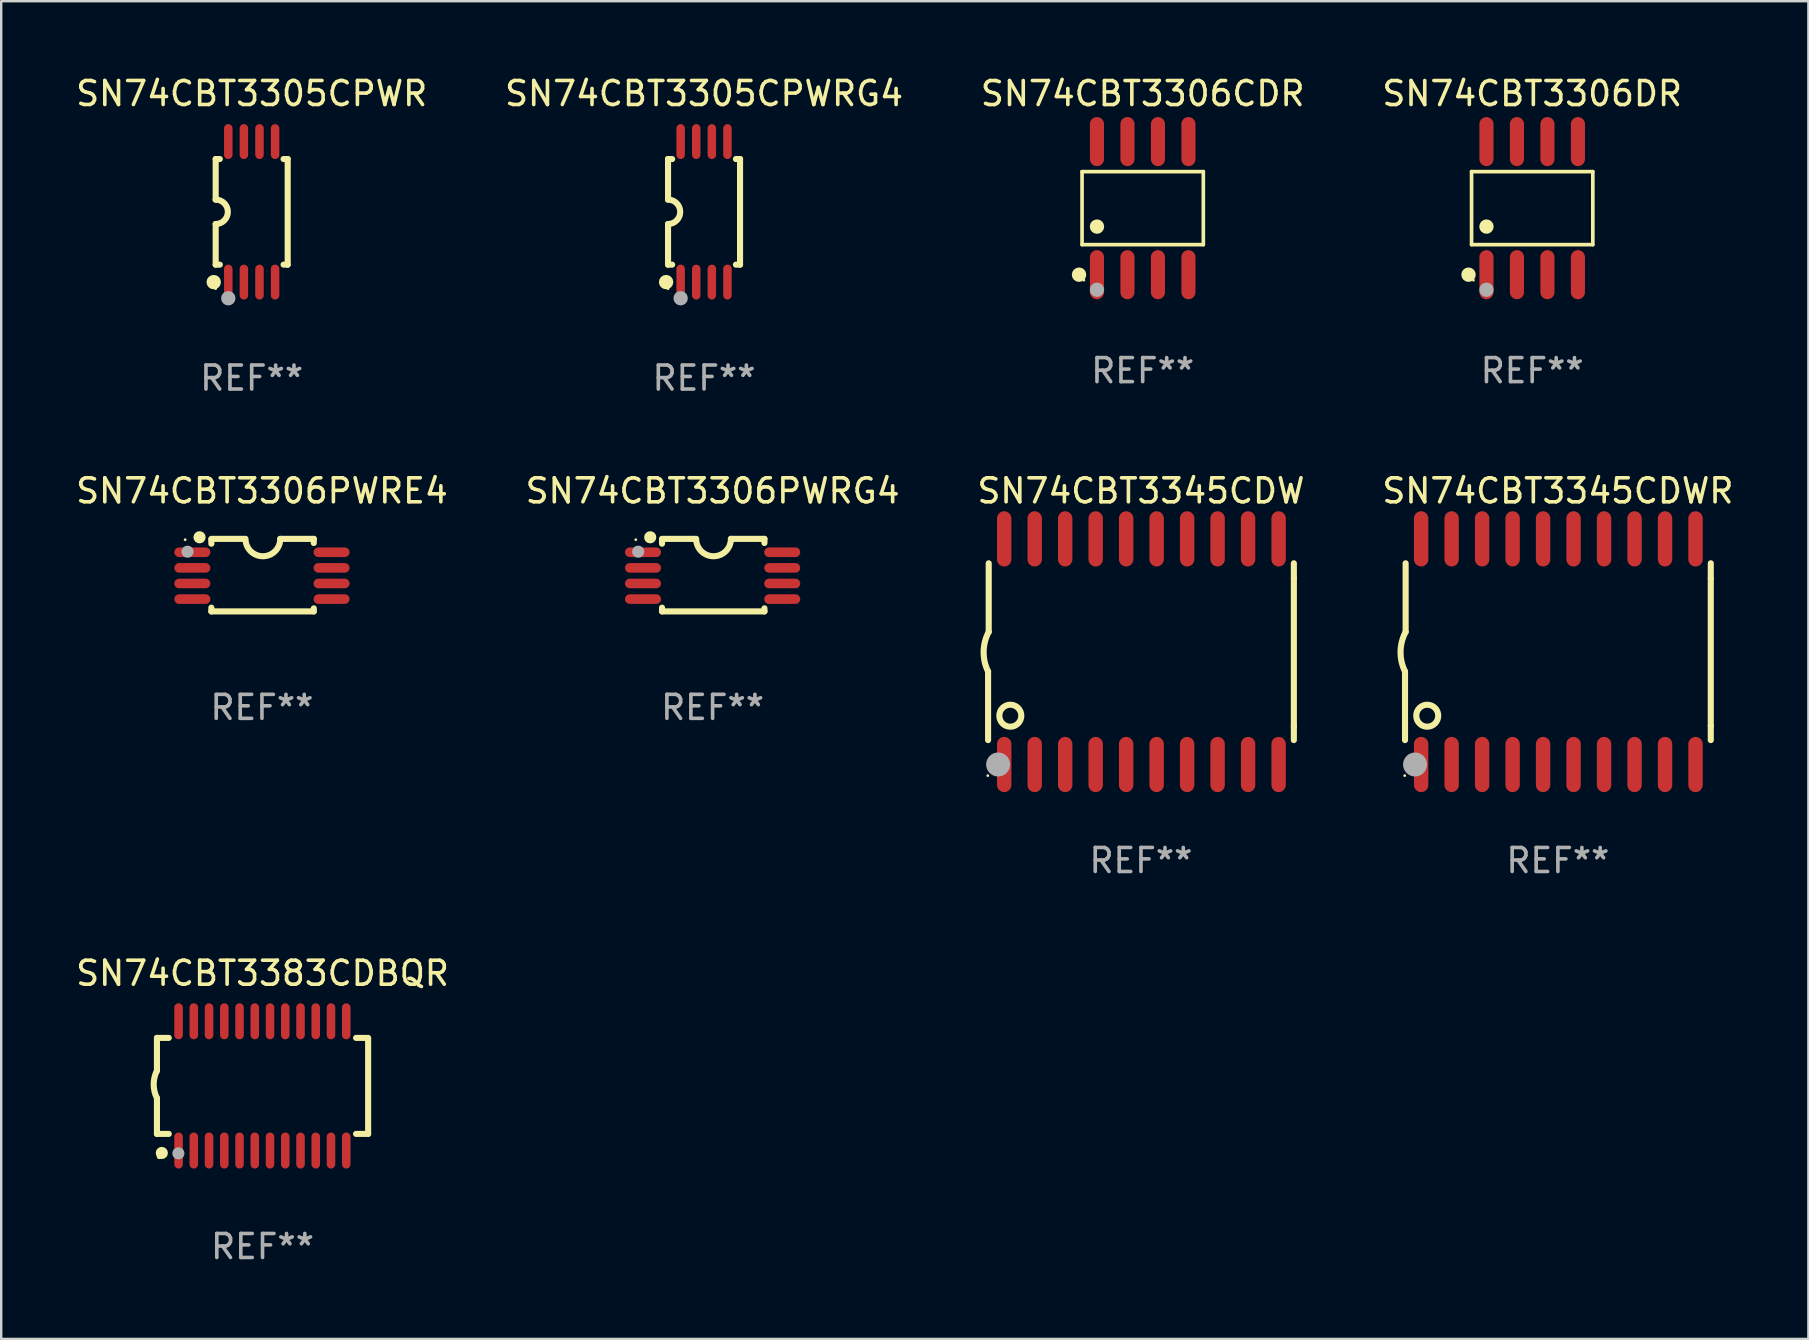
<source format=kicad_pcb>
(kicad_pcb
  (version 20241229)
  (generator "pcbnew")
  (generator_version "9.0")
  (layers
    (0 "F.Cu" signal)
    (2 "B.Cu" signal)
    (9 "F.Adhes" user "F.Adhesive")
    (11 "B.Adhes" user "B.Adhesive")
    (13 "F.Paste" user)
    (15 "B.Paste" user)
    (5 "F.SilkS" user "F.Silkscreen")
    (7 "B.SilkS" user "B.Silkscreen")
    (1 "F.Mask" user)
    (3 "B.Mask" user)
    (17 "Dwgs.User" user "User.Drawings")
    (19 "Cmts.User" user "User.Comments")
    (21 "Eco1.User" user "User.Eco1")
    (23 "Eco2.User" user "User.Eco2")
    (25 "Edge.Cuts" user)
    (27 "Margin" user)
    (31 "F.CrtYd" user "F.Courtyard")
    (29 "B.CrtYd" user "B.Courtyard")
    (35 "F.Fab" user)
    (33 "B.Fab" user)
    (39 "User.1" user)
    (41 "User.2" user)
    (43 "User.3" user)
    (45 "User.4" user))
  (footprint "SN74CBT3345CDWR"
    (layer "F.Cu")
    (at 61.851 24.099)
    (property "Reference" "SN74CBT3345CDWR" (at 0 -6.7 0) (layer "F.SilkS") (effects (font (size 1 1) (thickness 0.15))))
    (attr through_hole)
    (fp_line (start -6.369 0.826) (end -6.369 3.683) (stroke (width 0.254) (type solid)) (layer "F.SilkS"))
    (fp_line (start -6.343 -0.825) (end -6.343 -3.683) (stroke (width 0.254) (type solid)) (layer "F.SilkS"))
    (fp_line (start 6.369 -3.048) (end 6.369 -3.683) (stroke (width 0.254) (type solid)) (layer "F.SilkS"))
    (fp_line (start 6.369 -3.048) (end 6.369 3.096) (stroke (width 0.254) (type solid)) (layer "F.SilkS"))
    (fp_line (start 6.369 3.096) (end 6.369 3.683) (stroke (width 0.254) (type solid)) (layer "F.SilkS"))
    (fp_arc (start -6.36853 0.825552) (mid -6.554743 -0.00301) (end -6.343129 -0.825451) (stroke (width 0.254001) (type solid)) (layer "F.SilkS"))
    (fp_circle (center -6.382 5.163) (end -6.352 5.163) (stroke (width 0.06) (type solid)) (fill no) (layer "F.SilkS"))
    (fp_circle (center -5.443 2.667) (end -4.985 2.667) (stroke (width 0.254) (type solid)) (fill no) (layer "F.SilkS"))
    (fp_circle (center -5.951 4.699) (end -5.701 4.699) (stroke (width 0.5) (type solid)) (fill no) (layer "F.Fab"))
    (fp_text user "REF**" (at 0 8.7 0) (layer "F.Fab") (effects (font (size 1 1) (thickness 0.15))))
    (pad "1" smd oval (at -5.697 4.7 180) (size 0.6 2.3) (layers "F.Cu" "F.Mask" "F.Paste"))
    (pad "2" smd oval (at -4.427 4.7 180) (size 0.6 2.3) (layers "F.Cu" "F.Mask" "F.Paste"))
    (pad "3" smd oval (at -3.157 4.7 180) (size 0.6 2.3) (layers "F.Cu" "F.Mask" "F.Paste"))
    (pad "4" smd oval (at -1.887 4.7 180) (size 0.6 2.3) (layers "F.Cu" "F.Mask" "F.Paste"))
    (pad "5" smd oval (at -0.617 4.7 180) (size 0.6 2.3) (layers "F.Cu" "F.Mask" "F.Paste"))
    (pad "6" smd oval (at 0.653 4.7 180) (size 0.6 2.3) (layers "F.Cu" "F.Mask" "F.Paste"))
    (pad "7" smd oval (at 1.923 4.7 180) (size 0.6 2.3) (layers "F.Cu" "F.Mask" "F.Paste"))
    (pad "8" smd oval (at 3.193 4.7 180) (size 0.6 2.3) (layers "F.Cu" "F.Mask" "F.Paste"))
    (pad "9" smd oval (at 4.463 4.7 180) (size 0.6 2.3) (layers "F.Cu" "F.Mask" "F.Paste"))
    (pad "10" smd oval (at 5.734 4.7 180) (size 0.6 2.3) (layers "F.Cu" "F.Mask" "F.Paste"))
    (pad "11" smd oval (at 5.734 -4.7 180) (size 0.6 2.3) (layers "F.Cu" "F.Mask" "F.Paste"))
    (pad "12" smd oval (at 4.463 -4.7 180) (size 0.6 2.3) (layers "F.Cu" "F.Mask" "F.Paste"))
    (pad "13" smd oval (at 3.193 -4.7 180) (size 0.6 2.3) (layers "F.Cu" "F.Mask" "F.Paste"))
    (pad "14" smd oval (at 1.923 -4.7 180) (size 0.6 2.3) (layers "F.Cu" "F.Mask" "F.Paste"))
    (pad "15" smd oval (at 0.653 -4.7 180) (size 0.6 2.3) (layers "F.Cu" "F.Mask" "F.Paste"))
    (pad "16" smd oval (at -0.617 -4.7 180) (size 0.6 2.3) (layers "F.Cu" "F.Mask" "F.Paste"))
    (pad "17" smd oval (at -1.887 -4.7 180) (size 0.6 2.3) (layers "F.Cu" "F.Mask" "F.Paste"))
    (pad "18" smd oval (at -3.157 -4.7 180) (size 0.6 2.3) (layers "F.Cu" "F.Mask" "F.Paste"))
    (pad "19" smd oval (at -4.427 -4.7 180) (size 0.6 2.3) (layers "F.Cu" "F.Mask" "F.Paste"))
    (pad "20" smd oval (at -5.697 -4.7 180) (size 0.6 2.3) (layers "F.Cu" "F.Mask" "F.Paste")))
  (footprint "SN74CBT3306PWRG4"
    (layer "F.Cu")
    (at 26.637 20.91)
    (property "Reference" "SN74CBT3306PWRG4" (at 0 -3.511 0) (layer "F.SilkS") (effects (font (size 1 1) (thickness 0.15))))
    (attr through_hole)
    (fp_line (start -2.108 -1.511) (end -0.711 -1.511) (stroke (width 0.254) (type solid)) (layer "F.SilkS"))
    (fp_line (start -2.108 -1.309) (end -2.108 -1.486) (stroke (width 0.254) (type solid)) (layer "F.SilkS"))
    (fp_line (start -2.108 1.511) (end -2.108 1.355) (stroke (width 0.254) (type solid)) (layer "F.SilkS"))
    (fp_line (start 0.762 -1.511) (end 2.159 -1.511) (stroke (width 0.254) (type solid)) (layer "F.SilkS"))
    (fp_line (start 2.159 -1.511) (end 2.159 -1.339) (stroke (width 0.254) (type solid)) (layer "F.SilkS"))
    (fp_line (start 2.159 1.384) (end 2.159 1.511) (stroke (width 0.254) (type solid)) (layer "F.SilkS"))
    (fp_line (start 2.159 1.511) (end -2.108 1.511) (stroke (width 0.254) (type solid)) (layer "F.SilkS"))
    (fp_arc (start 0.762002 -1.511303) (mid 0.0381 -0.787401) (end -0.685802 -1.511303) (stroke (width 0.254001) (type solid)) (layer "F.SilkS"))
    (fp_circle (center -3.2 -1.477) (end -3.17 -1.477) (stroke (width 0.06) (type solid)) (fill no) (layer "F.SilkS"))
    (fp_circle (center -2.6 -1.577) (end -2.473 -1.577) (stroke (width 0.254) (type solid)) (fill no) (layer "F.SilkS"))
    (fp_circle (center -3.1 -0.977) (end -2.973 -0.977) (stroke (width 0.254) (type solid)) (fill no) (layer "F.Fab"))
    (fp_text user "REF**" (at 0 5.511 0) (layer "F.Fab") (effects (font (size 1 1) (thickness 0.15))))
    (pad "1" smd oval (at -2.9 -0.953 90) (size 0.4 1.5) (layers "F.Cu" "F.Mask" "F.Paste"))
    (pad "2" smd oval (at -2.9 -0.302 90) (size 0.4 1.5) (layers "F.Cu" "F.Mask" "F.Paste"))
    (pad "3" smd oval (at -2.9 0.348 90) (size 0.4 1.5) (layers "F.Cu" "F.Mask" "F.Paste"))
    (pad "4" smd oval (at -2.9 0.998 90) (size 0.4 1.5) (layers "F.Cu" "F.Mask" "F.Paste"))
    (pad "5" smd oval (at 2.9 0.998 90) (size 0.4 1.5) (layers "F.Cu" "F.Mask" "F.Paste"))
    (pad "6" smd oval (at 2.9 0.348 90) (size 0.4 1.5) (layers "F.Cu" "F.Mask" "F.Paste"))
    (pad "7" smd oval (at 2.9 -0.302 90) (size 0.4 1.5) (layers "F.Cu" "F.Mask" "F.Paste"))
    (pad "8" smd oval (at 2.9 -0.953 90) (size 0.4 1.5) (layers "F.Cu" "F.Mask" "F.Paste")))
  (footprint "SN74CBT3306CDR"
    (layer "F.Cu")
    (at 44.554 5.621)
    (property "Reference" "SN74CBT3306CDR" (at 0 -4.772 0) (layer "F.SilkS") (effects (font (size 1 1) (thickness 0.15))))
    (attr through_hole)
    (fp_line (start -2.526 -1.521) (end 2.526 -1.521) (stroke (width 0.152) (type solid)) (layer "F.SilkS"))
    (fp_line (start -2.526 1.521) (end -2.526 -1.521) (stroke (width 0.152) (type solid)) (layer "F.SilkS"))
    (fp_line (start 2.526 -1.521) (end 2.526 1.521) (stroke (width 0.152) (type solid)) (layer "F.SilkS"))
    (fp_line (start 2.526 1.521) (end -2.526 1.521) (stroke (width 0.152) (type solid)) (layer "F.SilkS"))
    (fp_circle (center -2.652 2.772) (end -2.501 2.772) (stroke (width 0.3) (type solid)) (fill no) (layer "F.SilkS"))
    (fp_circle (center -2.45 3) (end -2.42 3) (stroke (width 0.06) (type solid)) (fill no) (layer "F.SilkS"))
    (fp_circle (center -1.905 0.769) (end -1.755 0.769) (stroke (width 0.3) (type solid)) (fill no) (layer "F.SilkS"))
    (fp_circle (center -1.905 3.4) (end -1.755 3.4) (stroke (width 0.3) (type solid)) (fill no) (layer "F.Fab"))
    (fp_text user "REF**" (at 0 6.772 0) (layer "F.Fab") (effects (font (size 1 1) (thickness 0.15))))
    (pad "1" smd oval (at -1.905 2.772) (size 0.588 2.045) (layers "F.Cu" "F.Mask" "F.Paste"))
    (pad "2" smd oval (at -0.635 2.772) (size 0.588 2.045) (layers "F.Cu" "F.Mask" "F.Paste"))
    (pad "3" smd oval (at 0.635 2.772) (size 0.588 2.045) (layers "F.Cu" "F.Mask" "F.Paste"))
    (pad "4" smd oval (at 1.905 2.772) (size 0.588 2.045) (layers "F.Cu" "F.Mask" "F.Paste"))
    (pad "5" smd oval (at 1.905 -2.772) (size 0.588 2.045) (layers "F.Cu" "F.Mask" "F.Paste"))
    (pad "6" smd oval (at 0.635 -2.772) (size 0.588 2.045) (layers "F.Cu" "F.Mask" "F.Paste"))
    (pad "7" smd oval (at -0.635 -2.772) (size 0.588 2.045) (layers "F.Cu" "F.Mask" "F.Paste"))
    (pad "8" smd oval (at -1.905 -2.772) (size 0.588 2.045) (layers "F.Cu" "F.Mask" "F.Paste")))
  (footprint "SN74CBT3305CPWRG4"
    (layer "F.Cu")
    (at 26.28 5.775)
    (property "Reference" "SN74CBT3305CPWRG4" (at 0 -4.927 0) (layer "F.SilkS") (effects (font (size 1 1) (thickness 0.15))))
    (attr through_hole)
    (fp_line (start -1.5 -2.2) (end -1.5 -0.508) (stroke (width 0.254) (type solid)) (layer "F.SilkS"))
    (fp_line (start -1.5 -2.2) (end -1.328 -2.2) (stroke (width 0.254) (type solid)) (layer "F.SilkS"))
    (fp_line (start -1.5 2.2) (end -1.5 0.508) (stroke (width 0.254) (type solid)) (layer "F.SilkS"))
    (fp_line (start -1.5 2.2) (end -1.328 2.2) (stroke (width 0.254) (type solid)) (layer "F.SilkS"))
    (fp_line (start 1.328 -2.2) (end 1.5 -2.2) (stroke (width 0.254) (type solid)) (layer "F.SilkS"))
    (fp_line (start 1.328 2.2) (end 1.5 2.2) (stroke (width 0.254) (type solid)) (layer "F.SilkS"))
    (fp_line (start 1.5 -2.2) (end 1.5 2.2) (stroke (width 0.254) (type solid)) (layer "F.SilkS"))
    (fp_arc (start -1.501144 -0.508) (mid -0.993143 -0.000571) (end -1.5 0.508001) (stroke (width 0.254001) (type solid)) (layer "F.SilkS"))
    (fp_circle (center -1.581 2.927) (end -1.431 2.927) (stroke (width 0.3) (type solid)) (fill no) (layer "F.SilkS"))
    (fp_circle (center -1.5 3.2) (end -1.47 3.2) (stroke (width 0.06) (type solid)) (fill no) (layer "F.SilkS"))
    (fp_circle (center -0.975 3.6) (end -0.825 3.6) (stroke (width 0.3) (type solid)) (fill no) (layer "F.Fab"))
    (fp_text user "REF**" (at 0 6.927 0) (layer "F.Fab") (effects (font (size 1 1) (thickness 0.15))))
    (pad "1" smd oval (at -0.975 2.927) (size 0.353 1.454) (layers "F.Cu" "F.Mask" "F.Paste"))
    (pad "2" smd oval (at -0.325 2.927) (size 0.353 1.454) (layers "F.Cu" "F.Mask" "F.Paste"))
    (pad "3" smd oval (at 0.325 2.927) (size 0.353 1.454) (layers "F.Cu" "F.Mask" "F.Paste"))
    (pad "4" smd oval (at 0.975 2.927) (size 0.353 1.454) (layers "F.Cu" "F.Mask" "F.Paste"))
    (pad "5" smd oval (at 0.975 -2.927) (size 0.353 1.454) (layers "F.Cu" "F.Mask" "F.Paste"))
    (pad "6" smd oval (at 0.325 -2.927) (size 0.353 1.454) (layers "F.Cu" "F.Mask" "F.Paste"))
    (pad "7" smd oval (at -0.325 -2.927) (size 0.353 1.454) (layers "F.Cu" "F.Mask" "F.Paste"))
    (pad "8" smd oval (at -0.975 -2.927) (size 0.353 1.454) (layers "F.Cu" "F.Mask" "F.Paste")))
  (footprint "SN74CBT3345CDW"
    (layer "F.Cu")
    (at 44.482 24.099)
    (property "Reference" "SN74CBT3345CDW" (at 0 -6.7 0) (layer "F.SilkS") (effects (font (size 1 1) (thickness 0.15))))
    (attr through_hole)
    (fp_line (start -6.369 0.826) (end -6.369 3.683) (stroke (width 0.254) (type solid)) (layer "F.SilkS"))
    (fp_line (start -6.343 -0.825) (end -6.343 -3.683) (stroke (width 0.254) (type solid)) (layer "F.SilkS"))
    (fp_line (start 6.369 -3.048) (end 6.369 -3.683) (stroke (width 0.254) (type solid)) (layer "F.SilkS"))
    (fp_line (start 6.369 -3.048) (end 6.369 3.096) (stroke (width 0.254) (type solid)) (layer "F.SilkS"))
    (fp_line (start 6.369 3.096) (end 6.369 3.683) (stroke (width 0.254) (type solid)) (layer "F.SilkS"))
    (fp_arc (start -6.36853 0.825552) (mid -6.554743 -0.00301) (end -6.343129 -0.825451) (stroke (width 0.254001) (type solid)) (layer "F.SilkS"))
    (fp_circle (center -6.382 5.163) (end -6.352 5.163) (stroke (width 0.06) (type solid)) (fill no) (layer "F.SilkS"))
    (fp_circle (center -5.443 2.667) (end -4.985 2.667) (stroke (width 0.254) (type solid)) (fill no) (layer "F.SilkS"))
    (fp_circle (center -5.951 4.699) (end -5.701 4.699) (stroke (width 0.5) (type solid)) (fill no) (layer "F.Fab"))
    (fp_text user "REF**" (at 0 8.7 0) (layer "F.Fab") (effects (font (size 1 1) (thickness 0.15))))
    (pad "1" smd oval (at -5.697 4.7 180) (size 0.6 2.3) (layers "F.Cu" "F.Mask" "F.Paste"))
    (pad "2" smd oval (at -4.427 4.7 180) (size 0.6 2.3) (layers "F.Cu" "F.Mask" "F.Paste"))
    (pad "3" smd oval (at -3.157 4.7 180) (size 0.6 2.3) (layers "F.Cu" "F.Mask" "F.Paste"))
    (pad "4" smd oval (at -1.887 4.7 180) (size 0.6 2.3) (layers "F.Cu" "F.Mask" "F.Paste"))
    (pad "5" smd oval (at -0.617 4.7 180) (size 0.6 2.3) (layers "F.Cu" "F.Mask" "F.Paste"))
    (pad "6" smd oval (at 0.653 4.7 180) (size 0.6 2.3) (layers "F.Cu" "F.Mask" "F.Paste"))
    (pad "7" smd oval (at 1.923 4.7 180) (size 0.6 2.3) (layers "F.Cu" "F.Mask" "F.Paste"))
    (pad "8" smd oval (at 3.193 4.7 180) (size 0.6 2.3) (layers "F.Cu" "F.Mask" "F.Paste"))
    (pad "9" smd oval (at 4.463 4.7 180) (size 0.6 2.3) (layers "F.Cu" "F.Mask" "F.Paste"))
    (pad "10" smd oval (at 5.734 4.7 180) (size 0.6 2.3) (layers "F.Cu" "F.Mask" "F.Paste"))
    (pad "11" smd oval (at 5.734 -4.7 180) (size 0.6 2.3) (layers "F.Cu" "F.Mask" "F.Paste"))
    (pad "12" smd oval (at 4.463 -4.7 180) (size 0.6 2.3) (layers "F.Cu" "F.Mask" "F.Paste"))
    (pad "13" smd oval (at 3.193 -4.7 180) (size 0.6 2.3) (layers "F.Cu" "F.Mask" "F.Paste"))
    (pad "14" smd oval (at 1.923 -4.7 180) (size 0.6 2.3) (layers "F.Cu" "F.Mask" "F.Paste"))
    (pad "15" smd oval (at 0.653 -4.7 180) (size 0.6 2.3) (layers "F.Cu" "F.Mask" "F.Paste"))
    (pad "16" smd oval (at -0.617 -4.7 180) (size 0.6 2.3) (layers "F.Cu" "F.Mask" "F.Paste"))
    (pad "17" smd oval (at -1.887 -4.7 180) (size 0.6 2.3) (layers "F.Cu" "F.Mask" "F.Paste"))
    (pad "18" smd oval (at -3.157 -4.7 180) (size 0.6 2.3) (layers "F.Cu" "F.Mask" "F.Paste"))
    (pad "19" smd oval (at -4.427 -4.7 180) (size 0.6 2.3) (layers "F.Cu" "F.Mask" "F.Paste"))
    (pad "20" smd oval (at -5.697 -4.7 180) (size 0.6 2.3) (layers "F.Cu" "F.Mask" "F.Paste")))
  (footprint "SN74CBT3306DR"
    (layer "F.Cu")
    (at 60.78 5.621)
    (property "Reference" "SN74CBT3306DR" (at 0 -4.772 0) (layer "F.SilkS") (effects (font (size 1 1) (thickness 0.15))))
    (attr through_hole)
    (fp_line (start -2.526 -1.521) (end 2.526 -1.521) (stroke (width 0.152) (type solid)) (layer "F.SilkS"))
    (fp_line (start -2.526 1.521) (end -2.526 -1.521) (stroke (width 0.152) (type solid)) (layer "F.SilkS"))
    (fp_line (start 2.526 -1.521) (end 2.526 1.521) (stroke (width 0.152) (type solid)) (layer "F.SilkS"))
    (fp_line (start 2.526 1.521) (end -2.526 1.521) (stroke (width 0.152) (type solid)) (layer "F.SilkS"))
    (fp_circle (center -2.652 2.772) (end -2.501 2.772) (stroke (width 0.3) (type solid)) (fill no) (layer "F.SilkS"))
    (fp_circle (center -2.45 3) (end -2.42 3) (stroke (width 0.06) (type solid)) (fill no) (layer "F.SilkS"))
    (fp_circle (center -1.905 0.769) (end -1.755 0.769) (stroke (width 0.3) (type solid)) (fill no) (layer "F.SilkS"))
    (fp_circle (center -1.905 3.4) (end -1.755 3.4) (stroke (width 0.3) (type solid)) (fill no) (layer "F.Fab"))
    (fp_text user "REF**" (at 0 6.772 0) (layer "F.Fab") (effects (font (size 1 1) (thickness 0.15))))
    (pad "1" smd oval (at -1.905 2.772) (size 0.588 2.045) (layers "F.Cu" "F.Mask" "F.Paste"))
    (pad "2" smd oval (at -0.635 2.772) (size 0.588 2.045) (layers "F.Cu" "F.Mask" "F.Paste"))
    (pad "3" smd oval (at 0.635 2.772) (size 0.588 2.045) (layers "F.Cu" "F.Mask" "F.Paste"))
    (pad "4" smd oval (at 1.905 2.772) (size 0.588 2.045) (layers "F.Cu" "F.Mask" "F.Paste"))
    (pad "5" smd oval (at 1.905 -2.772) (size 0.588 2.045) (layers "F.Cu" "F.Mask" "F.Paste"))
    (pad "6" smd oval (at 0.635 -2.772) (size 0.588 2.045) (layers "F.Cu" "F.Mask" "F.Paste"))
    (pad "7" smd oval (at -0.635 -2.772) (size 0.588 2.045) (layers "F.Cu" "F.Mask" "F.Paste"))
    (pad "8" smd oval (at -1.905 -2.772) (size 0.588 2.045) (layers "F.Cu" "F.Mask" "F.Paste")))
  (footprint "SN74CBT3383CDBQR"
    (layer "F.Cu")
    (at 7.887 42.188)
    (property "Reference" "SN74CBT3383CDBQR" (at 0 -4.692 0) (layer "F.SilkS") (effects (font (size 1 1) (thickness 0.15))))
    (attr through_hole)
    (fp_line (start -4.399 -2) (end -4.399 -0.635) (stroke (width 0.254) (type solid)) (layer "F.SilkS"))
    (fp_line (start -4.399 -2) (end -3.907 -2) (stroke (width 0.254) (type solid)) (layer "F.SilkS"))
    (fp_line (start -4.399 2) (end -4.399 0.508) (stroke (width 0.254) (type solid)) (layer "F.SilkS"))
    (fp_line (start -4.399 2) (end -3.907 2) (stroke (width 0.254) (type solid)) (layer "F.SilkS"))
    (fp_line (start 3.896 -2) (end 4.313 -2) (stroke (width 0.254) (type solid)) (layer "F.SilkS"))
    (fp_line (start 3.896 2) (end 4.399 2) (stroke (width 0.254) (type solid)) (layer "F.SilkS"))
    (fp_line (start 4.399 2) (end 4.399 -2) (stroke (width 0.254) (type solid)) (layer "F.SilkS"))
    (fp_arc (start -4.399301 0.508001) (mid -4.534214 -0.0635) (end -4.399301 -0.635001) (stroke (width 0.254001) (type solid)) (layer "F.SilkS"))
    (fp_circle (center -4.305 2.95) (end -4.255 2.95) (stroke (width 0.1) (type solid)) (fill no) (layer "F.SilkS"))
    (fp_circle (center -4.196 2.794) (end -4.069 2.794) (stroke (width 0.254) (type solid)) (fill no) (layer "F.SilkS"))
    (fp_circle (center -3.505 2.81) (end -3.378 2.81) (stroke (width 0.254) (type solid)) (fill no) (layer "F.Fab"))
    (fp_text user "REF**" (at 0 6.692 0) (layer "F.Fab") (effects (font (size 1 1) (thickness 0.15))))
    (pad "1" smd oval (at -3.498 2.692 90) (size 1.5 0.356) (layers "F.Cu" "F.Mask" "F.Paste"))
    (pad "2" smd oval (at -2.863 2.692 90) (size 1.5 0.356) (layers "F.Cu" "F.Mask" "F.Paste"))
    (pad "3" smd oval (at -2.228 2.692 90) (size 1.5 0.356) (layers "F.Cu" "F.Mask" "F.Paste"))
    (pad "4" smd oval (at -1.593 2.692 90) (size 1.5 0.356) (layers "F.Cu" "F.Mask" "F.Paste"))
    (pad "5" smd oval (at -0.958 2.692 90) (size 1.5 0.356) (layers "F.Cu" "F.Mask" "F.Paste"))
    (pad "6" smd oval (at -0.323 2.692 90) (size 1.5 0.356) (layers "F.Cu" "F.Mask" "F.Paste"))
    (pad "7" smd oval (at 0.312 2.692 90) (size 1.5 0.356) (layers "F.Cu" "F.Mask" "F.Paste"))
    (pad "8" smd oval (at 0.947 2.692 90) (size 1.5 0.356) (layers "F.Cu" "F.Mask" "F.Paste"))
    (pad "9" smd oval (at 1.582 2.692 90) (size 1.5 0.356) (layers "F.Cu" "F.Mask" "F.Paste"))
    (pad "10" smd oval (at 2.217 2.692 90) (size 1.5 0.356) (layers "F.Cu" "F.Mask" "F.Paste"))
    (pad "11" smd oval (at 2.852 2.692 90) (size 1.5 0.356) (layers "F.Cu" "F.Mask" "F.Paste"))
    (pad "12" smd oval (at 3.487 2.692 90) (size 1.5 0.356) (layers "F.Cu" "F.Mask" "F.Paste"))
    (pad "13" smd oval (at 3.487 -2.692 90) (size 1.5 0.356) (layers "F.Cu" "F.Mask" "F.Paste"))
    (pad "14" smd oval (at 2.852 -2.692 90) (size 1.5 0.356) (layers "F.Cu" "F.Mask" "F.Paste"))
    (pad "15" smd oval (at 2.217 -2.692 90) (size 1.5 0.356) (layers "F.Cu" "F.Mask" "F.Paste"))
    (pad "16" smd oval (at 1.582 -2.692 90) (size 1.5 0.356) (layers "F.Cu" "F.Mask" "F.Paste"))
    (pad "17" smd oval (at 0.947 -2.692 90) (size 1.5 0.356) (layers "F.Cu" "F.Mask" "F.Paste"))
    (pad "18" smd oval (at 0.312 -2.692 90) (size 1.5 0.356) (layers "F.Cu" "F.Mask" "F.Paste"))
    (pad "19" smd oval (at -0.323 -2.692 90) (size 1.5 0.356) (layers "F.Cu" "F.Mask" "F.Paste"))
    (pad "20" smd oval (at -0.958 -2.692 90) (size 1.5 0.356) (layers "F.Cu" "F.Mask" "F.Paste"))
    (pad "21" smd oval (at -1.593 -2.692 90) (size 1.5 0.356) (layers "F.Cu" "F.Mask" "F.Paste"))
    (pad "22" smd oval (at -2.228 -2.692 90) (size 1.5 0.356) (layers "F.Cu" "F.Mask" "F.Paste"))
    (pad "23" smd oval (at -2.863 -2.692 90) (size 1.5 0.356) (layers "F.Cu" "F.Mask" "F.Paste"))
    (pad "24" smd oval (at -3.498 -2.692 90) (size 1.5 0.356) (layers "F.Cu" "F.Mask" "F.Paste")))
  (footprint "SN74CBT3305CPWR"
    (layer "F.Cu")
    (at 7.435 5.775)
    (property "Reference" "SN74CBT3305CPWR" (at 0 -4.927 0) (layer "F.SilkS") (effects (font (size 1 1) (thickness 0.15))))
    (attr through_hole)
    (fp_line (start -1.5 -2.2) (end -1.5 -0.508) (stroke (width 0.254) (type solid)) (layer "F.SilkS"))
    (fp_line (start -1.5 -2.2) (end -1.328 -2.2) (stroke (width 0.254) (type solid)) (layer "F.SilkS"))
    (fp_line (start -1.5 2.2) (end -1.5 0.508) (stroke (width 0.254) (type solid)) (layer "F.SilkS"))
    (fp_line (start -1.5 2.2) (end -1.328 2.2) (stroke (width 0.254) (type solid)) (layer "F.SilkS"))
    (fp_line (start 1.328 -2.2) (end 1.5 -2.2) (stroke (width 0.254) (type solid)) (layer "F.SilkS"))
    (fp_line (start 1.328 2.2) (end 1.5 2.2) (stroke (width 0.254) (type solid)) (layer "F.SilkS"))
    (fp_line (start 1.5 -2.2) (end 1.5 2.2) (stroke (width 0.254) (type solid)) (layer "F.SilkS"))
    (fp_arc (start -1.501144 -0.508) (mid -0.993143 -0.000571) (end -1.5 0.508001) (stroke (width 0.254001) (type solid)) (layer "F.SilkS"))
    (fp_circle (center -1.581 2.927) (end -1.431 2.927) (stroke (width 0.3) (type solid)) (fill no) (layer "F.SilkS"))
    (fp_circle (center -1.5 3.2) (end -1.47 3.2) (stroke (width 0.06) (type solid)) (fill no) (layer "F.SilkS"))
    (fp_circle (center -0.975 3.6) (end -0.825 3.6) (stroke (width 0.3) (type solid)) (fill no) (layer "F.Fab"))
    (fp_text user "REF**" (at 0 6.927 0) (layer "F.Fab") (effects (font (size 1 1) (thickness 0.15))))
    (pad "1" smd oval (at -0.975 2.927) (size 0.353 1.454) (layers "F.Cu" "F.Mask" "F.Paste"))
    (pad "2" smd oval (at -0.325 2.927) (size 0.353 1.454) (layers "F.Cu" "F.Mask" "F.Paste"))
    (pad "3" smd oval (at 0.325 2.927) (size 0.353 1.454) (layers "F.Cu" "F.Mask" "F.Paste"))
    (pad "4" smd oval (at 0.975 2.927) (size 0.353 1.454) (layers "F.Cu" "F.Mask" "F.Paste"))
    (pad "5" smd oval (at 0.975 -2.927) (size 0.353 1.454) (layers "F.Cu" "F.Mask" "F.Paste"))
    (pad "6" smd oval (at 0.325 -2.927) (size 0.353 1.454) (layers "F.Cu" "F.Mask" "F.Paste"))
    (pad "7" smd oval (at -0.325 -2.927) (size 0.353 1.454) (layers "F.Cu" "F.Mask" "F.Paste"))
    (pad "8" smd oval (at -0.975 -2.927) (size 0.353 1.454) (layers "F.Cu" "F.Mask" "F.Paste")))
  (footprint "SN74CBT3306PWRE4"
    (layer "F.Cu")
    (at 7.863 20.91)
    (property "Reference" "SN74CBT3306PWRE4" (at 0 -3.511 0) (layer "F.SilkS") (effects (font (size 1 1) (thickness 0.15))))
    (attr through_hole)
    (fp_line (start -2.108 -1.511) (end -0.711 -1.511) (stroke (width 0.254) (type solid)) (layer "F.SilkS"))
    (fp_line (start -2.108 -1.309) (end -2.108 -1.486) (stroke (width 0.254) (type solid)) (layer "F.SilkS"))
    (fp_line (start -2.108 1.511) (end -2.108 1.355) (stroke (width 0.254) (type solid)) (layer "F.SilkS"))
    (fp_line (start 0.762 -1.511) (end 2.159 -1.511) (stroke (width 0.254) (type solid)) (layer "F.SilkS"))
    (fp_line (start 2.159 -1.511) (end 2.159 -1.339) (stroke (width 0.254) (type solid)) (layer "F.SilkS"))
    (fp_line (start 2.159 1.384) (end 2.159 1.511) (stroke (width 0.254) (type solid)) (layer "F.SilkS"))
    (fp_line (start 2.159 1.511) (end -2.108 1.511) (stroke (width 0.254) (type solid)) (layer "F.SilkS"))
    (fp_arc (start 0.762002 -1.511303) (mid 0.0381 -0.787401) (end -0.685802 -1.511303) (stroke (width 0.254001) (type solid)) (layer "F.SilkS"))
    (fp_circle (center -3.2 -1.477) (end -3.17 -1.477) (stroke (width 0.06) (type solid)) (fill no) (layer "F.SilkS"))
    (fp_circle (center -2.6 -1.577) (end -2.473 -1.577) (stroke (width 0.254) (type solid)) (fill no) (layer "F.SilkS"))
    (fp_circle (center -3.1 -0.977) (end -2.973 -0.977) (stroke (width 0.254) (type solid)) (fill no) (layer "F.Fab"))
    (fp_text user "REF**" (at 0 5.511 0) (layer "F.Fab") (effects (font (size 1 1) (thickness 0.15))))
    (pad "1" smd oval (at -2.9 -0.953 90) (size 0.4 1.5) (layers "F.Cu" "F.Mask" "F.Paste"))
    (pad "2" smd oval (at -2.9 -0.302 90) (size 0.4 1.5) (layers "F.Cu" "F.Mask" "F.Paste"))
    (pad "3" smd oval (at -2.9 0.348 90) (size 0.4 1.5) (layers "F.Cu" "F.Mask" "F.Paste"))
    (pad "4" smd oval (at -2.9 0.998 90) (size 0.4 1.5) (layers "F.Cu" "F.Mask" "F.Paste"))
    (pad "5" smd oval (at 2.9 0.998 90) (size 0.4 1.5) (layers "F.Cu" "F.Mask" "F.Paste"))
    (pad "6" smd oval (at 2.9 0.348 90) (size 0.4 1.5) (layers "F.Cu" "F.Mask" "F.Paste"))
    (pad "7" smd oval (at 2.9 -0.302 90) (size 0.4 1.5) (layers "F.Cu" "F.Mask" "F.Paste"))
    (pad "8" smd oval (at 2.9 -0.953 90) (size 0.4 1.5) (layers "F.Cu" "F.Mask" "F.Paste")))
  (gr_rect
    (start -3 -3)
    (end 72.286 52.729)
    (stroke (width 0.1) (type default))
    (fill no)
    (layer "Edge.Cuts")))
</source>
